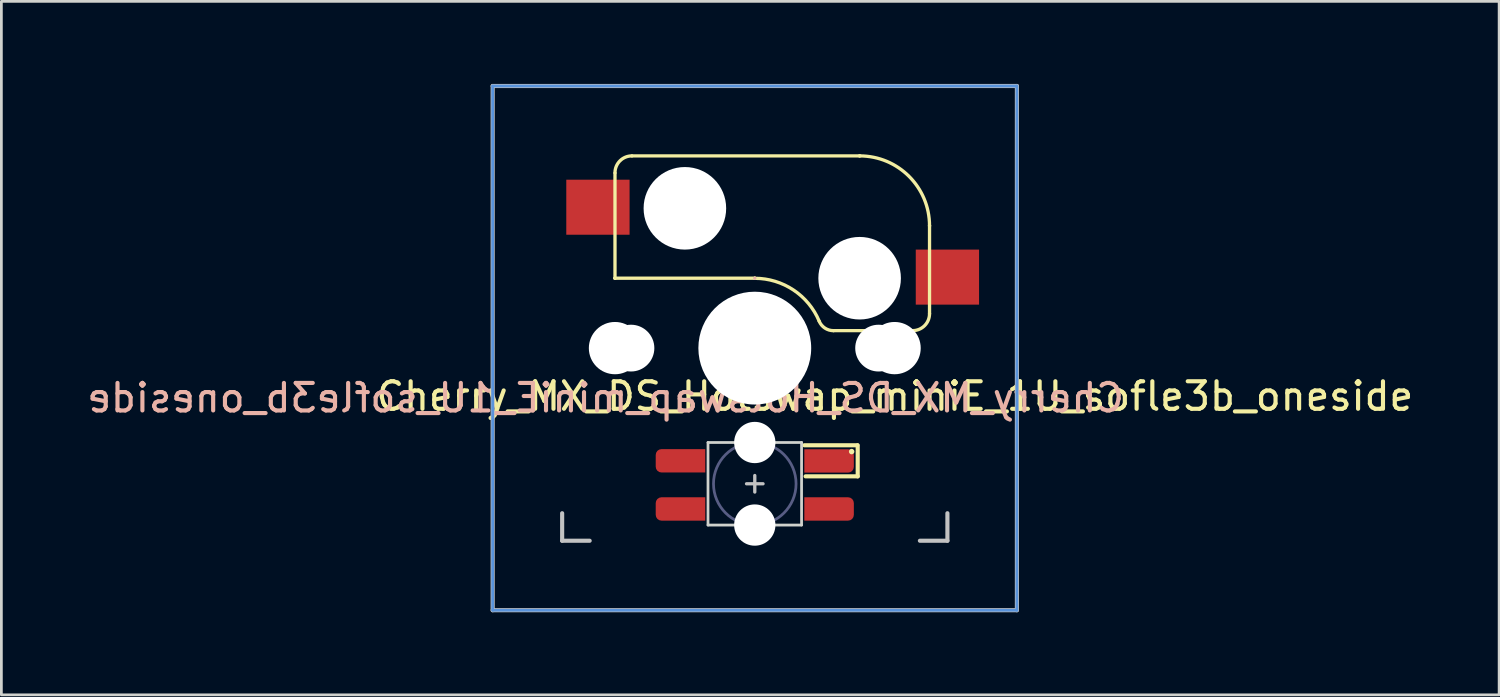
<source format=kicad_pcb>
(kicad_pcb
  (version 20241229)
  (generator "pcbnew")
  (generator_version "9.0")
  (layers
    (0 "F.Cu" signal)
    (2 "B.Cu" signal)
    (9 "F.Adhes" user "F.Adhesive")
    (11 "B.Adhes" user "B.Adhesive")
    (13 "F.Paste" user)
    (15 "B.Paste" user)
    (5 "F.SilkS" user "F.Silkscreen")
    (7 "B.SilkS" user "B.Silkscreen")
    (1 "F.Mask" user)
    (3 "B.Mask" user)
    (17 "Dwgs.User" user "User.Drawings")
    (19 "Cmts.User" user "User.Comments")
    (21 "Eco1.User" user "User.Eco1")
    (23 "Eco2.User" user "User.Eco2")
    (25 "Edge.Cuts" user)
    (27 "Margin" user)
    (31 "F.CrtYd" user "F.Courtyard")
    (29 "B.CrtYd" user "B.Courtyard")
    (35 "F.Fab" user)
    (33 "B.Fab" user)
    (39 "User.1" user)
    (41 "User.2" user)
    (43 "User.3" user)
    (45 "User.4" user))
  (footprint "Cherry_MX_DS_Hotswap_miniE_1U_sofle3b_oneside"
    (layer "F.Cu")
    (at 24.378 9.6)
    (property "Reference" "Cherry_MX_DS_Hotswap_miniE_1U_sofle3b_oneside" (at -5.42 1.81 0) (layer "B.SilkS") (effects (font (size 1 1) (thickness 0.15)) (justify mirror)))
    (attr through_hole)
    (fp_line (start -5.08 -6.36) (end -5.08 -2.54) (stroke (width 0.12) (type solid)) (layer "F.SilkS"))
    (fp_line (start -5.08 -2.54) (end -5.08 -2.54) (stroke (width 0.12) (type solid)) (layer "F.SilkS"))
    (fp_line (start -5.08 -2.54) (end -5.08 -2.54) (stroke (width 0.12) (type solid)) (layer "F.SilkS"))
    (fp_line (start -4.46 -6.985) (end 3.81 -6.985) (stroke (width 0.12) (type solid)) (layer "F.SilkS"))
    (fp_line (start 0 -2.54) (end -5.08 -2.54) (stroke (width 0.12) (type solid)) (layer "F.SilkS"))
    (fp_line (start 0 -2.54) (end 0 -2.54) (stroke (width 0.12) (type solid)) (layer "F.SilkS"))
    (fp_line (start 1.8 3.53) (end 3.724 3.53) (stroke (width 0.15) (type solid)) (layer "F.SilkS"))
    (fp_line (start 2.86 -0.635) (end 5.72 -0.635) (stroke (width 0.12) (type solid)) (layer "F.SilkS"))
    (fp_line (start 3.74 3.53) (end 3.74 4.66) (stroke (width 0.15) (type solid)) (layer "F.SilkS"))
    (fp_line (start 3.74 4.66) (end 1.846 4.66) (stroke (width 0.15) (type solid)) (layer "F.SilkS"))
    (fp_line (start 3.81 -6.985) (end 3.81 -6.985) (stroke (width 0.12) (type solid)) (layer "F.SilkS"))
    (fp_line (start 6.35 -4.445) (end 6.35 -4.445) (stroke (width 0.12) (type solid)) (layer "F.SilkS"))
    (fp_line (start 6.35 -1.25) (end 6.35 -4.445) (stroke (width 0.12) (type solid)) (layer "F.SilkS"))
    (fp_arc (start -5.08 -6.37) (mid -4.899871 -6.804871) (end -4.465 -6.985) (stroke (width 0.12) (type default)) (layer "F.SilkS"))
    (fp_arc (start 0 -2.536928) (mid 1.405314 -2.112131) (end 2.34 -0.98) (stroke (width 0.12) (type solid)) (layer "F.SilkS"))
    (fp_arc (start 2.859999 -0.633863) (mid 2.547375 -0.727878) (end 2.34 -0.98) (stroke (width 0.12) (type default)) (layer "F.SilkS"))
    (fp_arc (start 3.81 -6.985) (mid 5.606051 -6.241051) (end 6.35 -4.445) (stroke (width 0.12) (type solid)) (layer "F.SilkS"))
    (fp_arc (start 6.350129 -1.25) (mid 6.169985 -0.815144) (end 5.735129 -0.635) (stroke (width 0.12) (type default)) (layer "F.SilkS"))
    (fp_circle (center 3.52 3.76) (end 3.62 3.76) (stroke (width 0) (type solid)) (fill yes) (layer "F.SilkS"))
    (fp_line (start 0 -2.54) (end 0 -2.54) (stroke (width 0.12) (type solid)) (layer "B.SilkS"))
    (fp_line (start 5.08 -2.54) (end 5.08 -2.54) (stroke (width 0.12) (type solid)) (layer "B.SilkS"))
    (fp_line (start 5.08 -2.54) (end 5.08 -2.54) (stroke (width 0.12) (type solid)) (layer "B.SilkS"))
    (fp_line (start -9.525 -9.525) (end 9.525 -9.525) (stroke (width 0.15) (type solid)) (layer "Dwgs.User"))
    (fp_line (start -9.525 9.525) (end -9.525 -9.525) (stroke (width 0.15) (type solid)) (layer "Dwgs.User"))
    (fp_line (start -7 6) (end -7 7) (stroke (width 0.15) (type solid)) (layer "Dwgs.User"))
    (fp_line (start -7 7) (end -6 7) (stroke (width 0.15) (type solid)) (layer "Dwgs.User"))
    (fp_line (start -0.3 4.93) (end 0.3 4.93) (stroke (width 0.12) (type solid)) (layer "Dwgs.User"))
    (fp_line (start 0 4.63) (end 0 5.23) (stroke (width 0.12) (type solid)) (layer "Dwgs.User"))
    (fp_line (start 6 7) (end 7 7) (stroke (width 0.15) (type solid)) (layer "Dwgs.User"))
    (fp_line (start 7 7) (end 7 6) (stroke (width 0.15) (type solid)) (layer "Dwgs.User"))
    (fp_line (start 9.525 -9.525) (end 9.525 9.525) (stroke (width 0.15) (type solid)) (layer "Dwgs.User"))
    (fp_line (start 9.525 9.525) (end -9.525 9.525) (stroke (width 0.15) (type solid)) (layer "Dwgs.User"))
    (fp_line (start -9.525 -9.525) (end -9.525 9.525) (stroke (width 0.1) (type solid)) (layer "Cmts.User"))
    (fp_line (start 9.525 -9.525) (end -9.525 -9.525) (stroke (width 0.1) (type solid)) (layer "Cmts.User"))
    (fp_line (start 9.525 -9.525) (end 9.525 9.525) (stroke (width 0.1) (type solid)) (layer "Cmts.User"))
    (fp_line (start 9.525 9.525) (end -9.525 9.525) (stroke (width 0.1) (type solid)) (layer "Cmts.User"))
    (fp_line (start -1.7 6.43) (end -1.7 3.43) (stroke (width 0.1) (type solid)) (layer "Edge.Cuts"))
    (fp_line (start 1.7 3.43) (end -1.7 3.43) (stroke (width 0.1) (type solid)) (layer "Edge.Cuts"))
    (fp_line (start 1.7 3.43) (end 1.7 6.43) (stroke (width 0.1) (type solid)) (layer "Edge.Cuts"))
    (fp_line (start 1.7 6.43) (end -1.7 6.43) (stroke (width 0.1) (type solid)) (layer "Edge.Cuts"))
    (fp_circle (center 0 4.93) (end 0 6.43) (stroke (width 0.1) (type solid)) (fill no) (layer "B.Fab"))
    (fp_rect (start 7 -7) (end -7 7) (stroke (width 0.12) (type default)) (fill no) (layer "User.4"))
    (fp_text user "${REFERENCE}" (at 5.09 1.75 0) (layer "F.SilkS") (effects (font (size 1 1) (thickness 0.15))))
    (pad "" np_thru_hole circle (at -5.08 0) (size 1.9 1.9) (drill 1.9) (layers "*.Cu" "*.Mask"))
    (pad "" np_thru_hole circle (at -4.5 0) (size 1.7 1.7) (drill 1.7) (layers "*.Cu" "*.Mask"))
    (pad "" smd roundrect (at -2.69 5.845 180) (size 1.82 0.85) (layers "F.Mask") (roundrect_rratio 0.25) (chamfer_ratio 0) (chamfer top_left bottom_left))
    (pad "" smd roundrect (at -2.69 4.095 180) (size 1.82 0.84) (layers "F.Mask") (roundrect_rratio 0.25) (chamfer_ratio 0) (chamfer top_left bottom_left))
    (pad "" np_thru_hole circle (at -2.54 -5.08 180) (size 3 3) (drill 3) (layers "*.Cu" "*.Mask"))
    (pad "" np_thru_hole circle (at 0 0 90) (size 4.1 4.1) (drill 4.1) (layers "*.Cu" "*.Mask"))
    (pad "" np_thru_hole circle (at 0 3.43) (size 1.5 1.5) (drill 1.5) (layers "*.Cu" "*.Mask"))
    (pad "" np_thru_hole circle (at 0 6.43) (size 1.5 1.5) (drill 1.5) (layers "*.Cu" "*.Mask"))
    (pad "" smd rect (at 2.47 4.09) (size 1.38 0.84) (layers "F.Mask"))
    (pad "" smd roundrect (at 2.69 5.84) (size 1.82 0.84) (layers "F.Mask") (roundrect_rratio 0.25) (chamfer_ratio 0) (chamfer top_left bottom_left))
    (pad "" smd roundrect (at 2.855 4.09) (size 1.49 0.84) (layers "F.Mask") (roundrect_rratio 0.25) (chamfer_ratio 0.5) (chamfer top_right))
    (pad "" np_thru_hole circle (at 3.81 -2.54 180) (size 3 3) (drill 3) (layers "*.Cu" "*.Mask"))
    (pad "" np_thru_hole circle (at 4.5 0) (size 1.7 1.7) (drill 1.7) (layers "*.Cu" "*.Mask"))
    (pad "" np_thru_hole circle (at 5.08 0) (size 1.9 1.9) (drill 1.9) (layers "*.Cu" "*.Mask"))
    (pad "1" smd custom (at -2.7 5.845 180) (size 0.85 0.85) (layers "F.Cu") (options (anchor circle)) (primitives (gr_poly (pts (xy 0.9 -0.212) (xy 0.884 -0.294) (xy 0.838 -0.363) (xy 0.769 -0.409) (xy 0.688 -0.425) (xy -0.9 -0.425) (xy -0.9 0.425) (xy 0.688 0.425) (xy 0.769 0.409) (xy 0.838 0.363) (xy 0.884 0.294) (xy 0.9 0.212)) (width 0) (fill yes))))
    (pad "2" smd custom (at -2.7 4.095) (size 0.85 0.85) (layers "F.Cu") (options (anchor circle)) (primitives (gr_poly (pts (xy 0.9 -0.425) (xy -0.688 -0.425) (xy -0.769 -0.409) (xy -0.838 -0.363) (xy -0.884 -0.294) (xy -0.9 -0.212) (xy -0.9 0.212) (xy -0.884 0.294) (xy -0.838 0.363) (xy -0.769 0.409) (xy -0.688 0.425) (xy 0.9 0.425)) (width 0) (fill yes))))
    (pad "3" smd custom (at 2.7 4.1) (size 0.85 0.85) (layers "F.Cu") (options (anchor circle)) (primitives (gr_poly (pts (xy -0.9 -0.425) (xy 0.688 -0.425) (xy 0.769 -0.409) (xy 0.838 -0.363) (xy 0.884 -0.294) (xy 0.9 -0.212) (xy 0.9 0.212) (xy 0.884 0.294) (xy 0.838 0.363) (xy 0.769 0.409) (xy 0.688 0.425) (xy -0.9 0.425)) (width 0) (fill yes))))
    (pad "4" smd custom (at 2.7 5.845 180) (size 0.85 0.85) (layers "F.Cu") (options (anchor circle)) (primitives (gr_poly (pts (xy 0.9 -0.425) (xy -0.688 -0.425) (xy -0.769 -0.409) (xy -0.838 -0.363) (xy -0.884 -0.294) (xy -0.9 -0.212) (xy -0.9 0.212) (xy -0.884 0.294) (xy -0.838 0.363) (xy -0.769 0.409) (xy -0.688 0.425) (xy 0.9 0.425)) (width 0) (fill yes))))
    (pad "5" smd rect (at 7 -2.58 180) (size 2.3 2) (layers "F.Cu" "F.Mask" "F.Paste"))
    (pad "6" smd rect (at -5.7 -5.12 180) (size 2.3 2) (layers "F.Cu" "F.Mask" "F.Paste")))
  (gr_rect
    (start -3 -3)
    (end 51.427 22.2)
    (stroke (width 0.1) (type default))
    (fill no)
    (layer "Edge.Cuts")))
</source>
